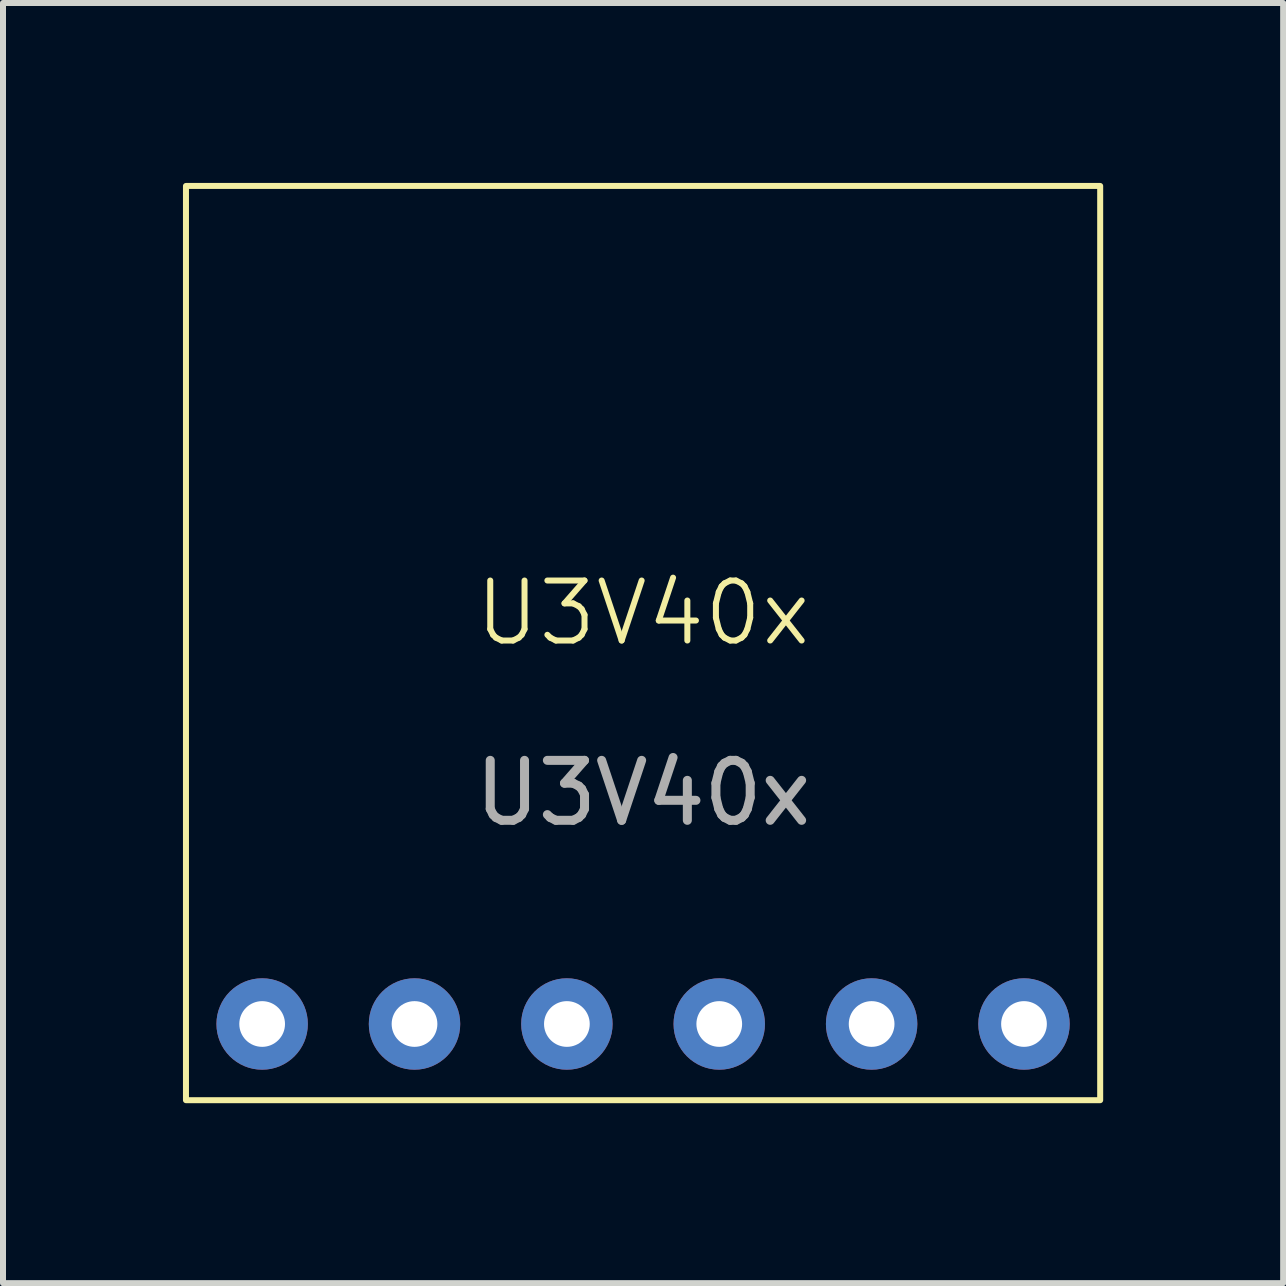
<source format=kicad_pcb>
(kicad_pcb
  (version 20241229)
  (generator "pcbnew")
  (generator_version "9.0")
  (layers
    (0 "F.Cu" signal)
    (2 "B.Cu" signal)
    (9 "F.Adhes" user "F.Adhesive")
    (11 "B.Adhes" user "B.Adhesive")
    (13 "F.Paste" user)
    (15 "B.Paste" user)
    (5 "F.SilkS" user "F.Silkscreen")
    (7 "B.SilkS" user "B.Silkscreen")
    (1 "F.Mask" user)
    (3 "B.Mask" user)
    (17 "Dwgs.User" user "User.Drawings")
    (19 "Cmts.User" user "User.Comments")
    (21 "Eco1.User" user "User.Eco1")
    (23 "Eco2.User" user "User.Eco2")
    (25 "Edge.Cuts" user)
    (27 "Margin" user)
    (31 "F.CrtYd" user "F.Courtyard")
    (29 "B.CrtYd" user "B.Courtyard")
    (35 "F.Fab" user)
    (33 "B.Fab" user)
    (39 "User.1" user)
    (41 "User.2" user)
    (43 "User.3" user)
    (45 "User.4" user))
  (footprint "U3V40x"
    (layer "F.Cu")
    (at 7.67 7.67)
    (property "Reference" "U3V40x" (at 0 -0.5 0) (unlocked yes) (layer "F.SilkS") (effects (font (size 1 1) (thickness 0.1))))
    (attr through_hole)
    (fp_rect (start -7.62 -7.62) (end 7.62 7.62) (stroke (width 0.1) (type default)) (fill no) (layer "F.SilkS"))
    (fp_text user "${REFERENCE}" (at 0 2.5 0) (unlocked yes) (layer "F.Fab") (effects (font (size 1 1) (thickness 0.15))))
    (pad "1" thru_hole circle (at -6.35 6.35) (size 1.524 1.524) (drill 0.762) (layers "*.Cu" "*.Mask"))
    (pad "2" thru_hole circle (at -3.81 6.35) (size 1.524 1.524) (drill 0.762) (layers "*.Cu" "*.Mask"))
    (pad "2" thru_hole circle (at -1.27 6.35) (size 1.524 1.524) (drill 0.762) (layers "*.Cu" "*.Mask"))
    (pad "3" thru_hole circle (at 1.27 6.35) (size 1.524 1.524) (drill 0.762) (layers "*.Cu" "*.Mask"))
    (pad "3" thru_hole circle (at 3.81 6.35) (size 1.524 1.524) (drill 0.762) (layers "*.Cu" "*.Mask"))
    (pad "4" thru_hole circle (at 6.35 6.35) (size 1.524 1.524) (drill 0.762) (layers "*.Cu" "*.Mask")))
  (gr_rect
    (start -3 -3)
    (end 18.34 18.34)
    (stroke (width 0.1) (type default))
    (fill no)
    (layer "Edge.Cuts")))
</source>
